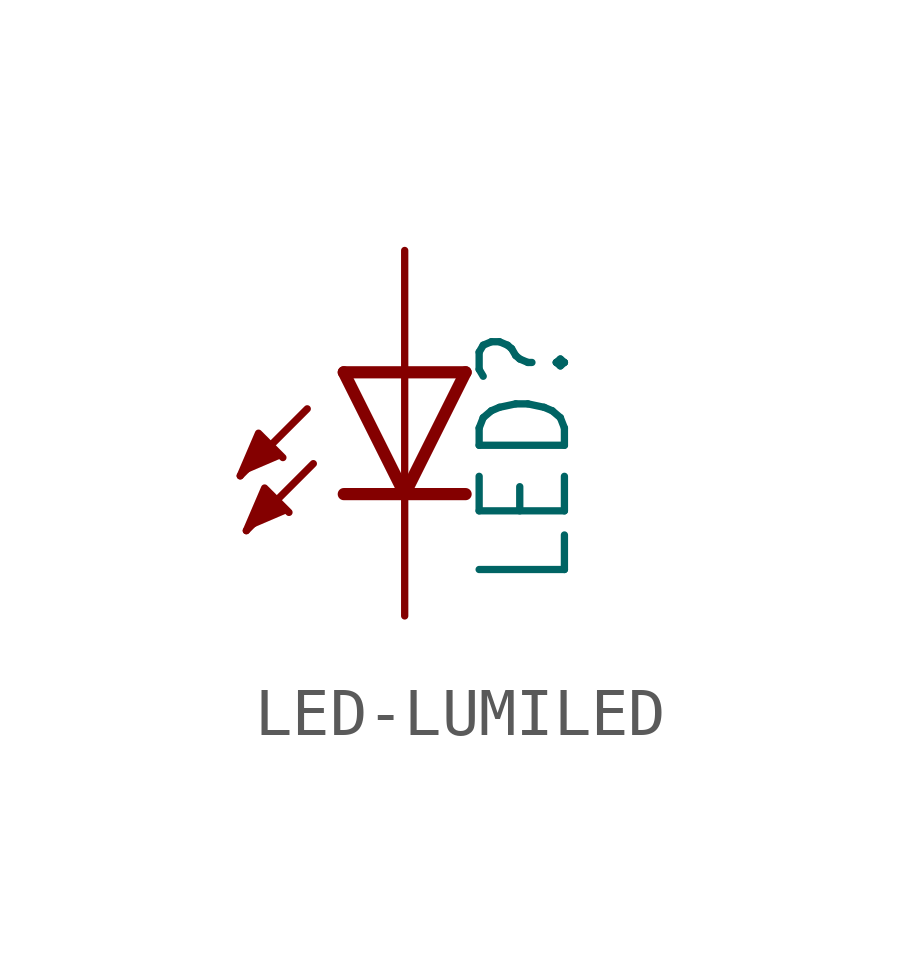
<source format=kicad_sym>
(kicad_symbol_lib
  (version 20220914)
  (generator kicad_symbol_editor)
  (symbol "LED-LUMILED"
    (property "Reference" "LED"
      (at 3.556 -4.572 90)
      (effects (font (size 1.778 1.511)) (justify left bottom)))
    (property "Value" ""
      (at 5.715 -4.572 90)
      (effects (font (size 1.778 1.511)) (justify left bottom)))
    (property "ki_locked" ""
      (at 0 0 0)
      (effects (font (size 1.27 1.27))))
    (symbol "LED-LUMILED_1_0"
      (polyline (pts (xy -2.032 -0.762) (xy -3.429 -2.159)) (stroke (width 0.152) (type solid)) (fill (type none)))
      (polyline (pts (xy -1.905 -1.905) (xy -3.302 -3.302)) (stroke (width 0.152) (type solid)) (fill (type none)))
      (polyline (pts (xy 0 -2.54) (xy -1.27 -2.54)) (stroke (width 0.254) (type solid)) (fill (type none)))
      (polyline (pts (xy 0 -2.54) (xy -1.27 0)) (stroke (width 0.254) (type solid)) (fill (type none)))
      (polyline (pts (xy 0 0) (xy -1.27 0)) (stroke (width 0.254) (type solid)) (fill (type none)))
      (polyline (pts (xy 0 0) (xy 0 -2.54)) (stroke (width 0.152) (type solid)) (fill (type none)))
      (polyline (pts (xy 1.27 -2.54) (xy 0 -2.54)) (stroke (width 0.254) (type solid)) (fill (type none)))
      (polyline (pts (xy 1.27 0) (xy 0 -2.54)) (stroke (width 0.254) (type solid)) (fill (type none)))
      (polyline (pts (xy 1.27 0) (xy 0 0)) (stroke (width 0.254) (type solid)) (fill (type none)))
      (polyline (pts (xy -3.429 -2.159) (xy -3.048 -1.27) (xy -2.54 -1.778)) (stroke (width 0.152) (type solid)) (fill (type outline)))
      (polyline (pts (xy -3.302 -3.302) (xy -2.921 -2.413) (xy -2.413 -2.921)) (stroke (width 0.152) (type solid)) (fill (type outline)))
      (pin passive line (at 0 2.54 270) (length 2.54) (name "A" (effects (font (size 0 0)))) (number "2+" (effects (font (size 0 0)))))
      (pin passive line (at 0 -5.08 90) (length 2.54) (name "C" (effects (font (size 0 0)))) (number "4-" (effects (font (size 0 0))))))))
</source>
